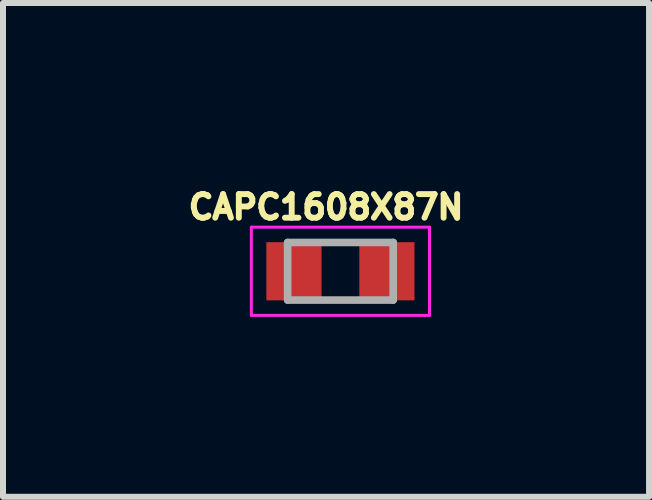
<source format=kicad_pcb>
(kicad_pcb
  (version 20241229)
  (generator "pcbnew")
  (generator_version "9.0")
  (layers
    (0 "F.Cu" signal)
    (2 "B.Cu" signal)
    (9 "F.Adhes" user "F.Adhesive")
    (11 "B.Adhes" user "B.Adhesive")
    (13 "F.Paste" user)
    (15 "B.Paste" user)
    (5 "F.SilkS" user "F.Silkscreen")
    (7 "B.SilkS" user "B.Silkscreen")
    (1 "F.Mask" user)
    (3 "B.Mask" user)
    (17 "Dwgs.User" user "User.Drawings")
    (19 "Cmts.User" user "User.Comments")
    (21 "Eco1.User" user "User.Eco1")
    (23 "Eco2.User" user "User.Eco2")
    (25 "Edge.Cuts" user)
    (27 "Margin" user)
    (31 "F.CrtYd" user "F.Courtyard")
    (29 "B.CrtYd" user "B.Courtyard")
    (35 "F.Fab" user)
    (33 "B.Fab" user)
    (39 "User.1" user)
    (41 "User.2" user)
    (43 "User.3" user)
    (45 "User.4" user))
  (footprint "CAPC1608X87N"
    (layer "F.Cu")
    (at 2.626 1.473)
    (property "Reference" "CAPC1608X87N" (at -0.24 -1.07 0) (layer "F.SilkS") (effects (font (size 0.394 0.394) (thickness 0.15))))
    (attr smd)
    (fp_line (start -1.485 -0.735) (end 1.485 -0.735) (stroke (width 0.05) (type solid)) (layer "F.CrtYd"))
    (fp_line (start -1.485 0.735) (end -1.485 -0.735) (stroke (width 0.05) (type solid)) (layer "F.CrtYd"))
    (fp_line (start -1.485 0.735) (end 1.485 0.735) (stroke (width 0.05) (type solid)) (layer "F.CrtYd"))
    (fp_line (start 1.485 0.735) (end 1.485 -0.735) (stroke (width 0.05) (type solid)) (layer "F.CrtYd"))
    (fp_line (start -0.88 0.48) (end -0.88 -0.48) (stroke (width 0.127) (type solid)) (layer "F.Fab"))
    (fp_line (start 0.88 -0.48) (end -0.88 -0.48) (stroke (width 0.127) (type solid)) (layer "F.Fab"))
    (fp_line (start 0.88 0.48) (end -0.88 0.48) (stroke (width 0.127) (type solid)) (layer "F.Fab"))
    (fp_line (start 0.88 0.48) (end 0.88 -0.48) (stroke (width 0.127) (type solid)) (layer "F.Fab"))
    (pad "1" smd rect (at -0.775 0) (size 0.92 0.97) (layers "F.Cu" "F.Mask" "F.Paste"))
    (pad "2" smd rect (at 0.775 0) (size 0.92 0.97) (layers "F.Cu" "F.Mask" "F.Paste")))
  (gr_rect
    (start -3 -3)
    (end 7.772 5.233)
    (stroke (width 0.1) (type default))
    (fill no)
    (layer "Edge.Cuts")))
</source>
